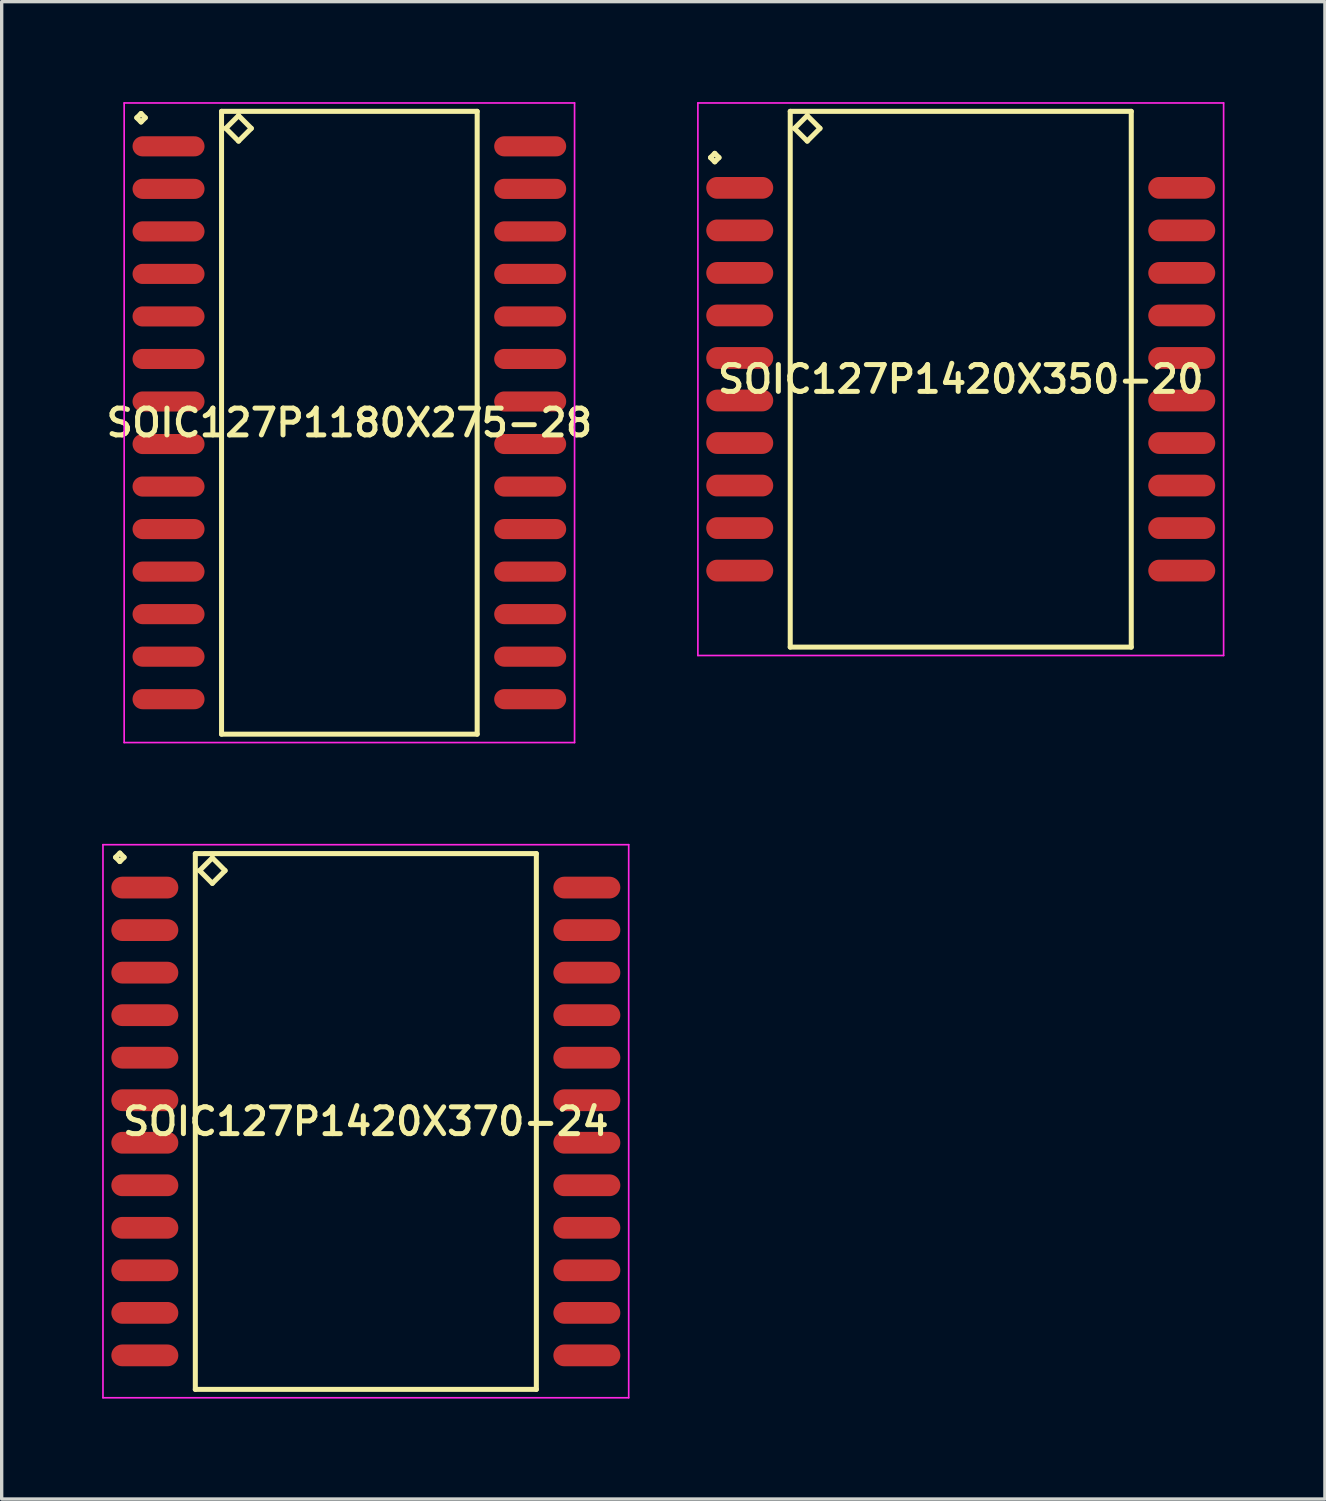
<source format=kicad_pcb>
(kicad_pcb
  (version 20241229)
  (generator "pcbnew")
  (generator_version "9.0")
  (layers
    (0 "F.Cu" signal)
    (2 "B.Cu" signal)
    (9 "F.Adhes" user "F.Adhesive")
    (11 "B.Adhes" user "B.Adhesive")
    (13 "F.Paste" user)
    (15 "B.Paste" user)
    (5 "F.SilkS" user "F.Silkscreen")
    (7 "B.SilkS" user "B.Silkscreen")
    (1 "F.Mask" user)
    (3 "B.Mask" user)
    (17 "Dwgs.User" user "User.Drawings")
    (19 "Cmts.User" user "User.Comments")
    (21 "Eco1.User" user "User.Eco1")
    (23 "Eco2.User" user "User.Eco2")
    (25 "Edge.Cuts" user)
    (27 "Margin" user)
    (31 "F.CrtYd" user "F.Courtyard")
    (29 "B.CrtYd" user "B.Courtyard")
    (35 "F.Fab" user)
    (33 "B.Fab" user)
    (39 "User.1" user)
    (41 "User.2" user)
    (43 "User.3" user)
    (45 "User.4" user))
  (footprint "SOIC127P1420X350-20"
    (layer "F.Cu")
    (at 25.641 8.275)
    (property "Reference" "SOIC127P1420X350-20" (at 0 0 0) (layer "F.SilkS") (effects (font (size 0.8 0.8) (thickness 0.15))))
    (attr smd)
    (fp_line (start -7.473 -6.619) (end -7.346 -6.746) (stroke (width 0.15) (type solid)) (layer "F.SilkS"))
    (fp_line (start -7.346 -6.746) (end -7.219 -6.619) (stroke (width 0.15) (type solid)) (layer "F.SilkS"))
    (fp_line (start -7.346 -6.492) (end -7.473 -6.619) (stroke (width 0.15) (type solid)) (layer "F.SilkS"))
    (fp_line (start -7.219 -6.619) (end -7.346 -6.492) (stroke (width 0.15) (type solid)) (layer "F.SilkS"))
    (fp_line (start -5.092 -8) (end -5.092 8) (stroke (width 0.15) (type solid)) (layer "F.SilkS"))
    (fp_line (start -5.092 8) (end 5.092 8) (stroke (width 0.15) (type solid)) (layer "F.SilkS"))
    (fp_line (start -4.965 -7.492) (end -4.584 -7.873) (stroke (width 0.15) (type solid)) (layer "F.SilkS"))
    (fp_line (start -4.584 -7.873) (end -4.203 -7.492) (stroke (width 0.15) (type solid)) (layer "F.SilkS"))
    (fp_line (start -4.584 -7.111) (end -4.965 -7.492) (stroke (width 0.15) (type solid)) (layer "F.SilkS"))
    (fp_line (start -4.203 -7.492) (end -4.584 -7.111) (stroke (width 0.15) (type solid)) (layer "F.SilkS"))
    (fp_line (start 5.092 -8) (end -5.092 -8) (stroke (width 0.15) (type solid)) (layer "F.SilkS"))
    (fp_line (start 5.092 8) (end 5.092 -8) (stroke (width 0.15) (type solid)) (layer "F.SilkS"))
    (fp_line (start -7.85 -8.25) (end 7.85 -8.25) (stroke (width 0.05) (type solid)) (layer "F.CrtYd"))
    (fp_line (start -7.85 8.25) (end -7.85 -8.25) (stroke (width 0.05) (type solid)) (layer "F.CrtYd"))
    (fp_line (start 7.85 -8.25) (end 7.85 8.25) (stroke (width 0.05) (type solid)) (layer "F.CrtYd"))
    (fp_line (start 7.85 8.25) (end -7.85 8.25) (stroke (width 0.05) (type solid)) (layer "F.CrtYd"))
    (pad "1" smd oval (at -6.6 -5.715) (size 2 0.65) (layers "F.Cu" "F.Mask" "F.Paste"))
    (pad "2" smd oval (at -6.6 -4.445) (size 2 0.65) (layers "F.Cu" "F.Mask" "F.Paste"))
    (pad "3" smd oval (at -6.6 -3.175) (size 2 0.65) (layers "F.Cu" "F.Mask" "F.Paste"))
    (pad "4" smd oval (at -6.6 -1.905) (size 2 0.65) (layers "F.Cu" "F.Mask" "F.Paste"))
    (pad "5" smd oval (at -6.6 -0.635) (size 2 0.65) (layers "F.Cu" "F.Mask" "F.Paste"))
    (pad "6" smd oval (at -6.6 0.635) (size 2 0.65) (layers "F.Cu" "F.Mask" "F.Paste"))
    (pad "7" smd oval (at -6.6 1.905) (size 2 0.65) (layers "F.Cu" "F.Mask" "F.Paste"))
    (pad "8" smd oval (at -6.6 3.175) (size 2 0.65) (layers "F.Cu" "F.Mask" "F.Paste"))
    (pad "9" smd oval (at -6.6 4.445) (size 2 0.65) (layers "F.Cu" "F.Mask" "F.Paste"))
    (pad "10" smd oval (at -6.6 5.715) (size 2 0.65) (layers "F.Cu" "F.Mask" "F.Paste"))
    (pad "11" smd oval (at 6.6 5.715) (size 2 0.65) (layers "F.Cu" "F.Mask" "F.Paste"))
    (pad "12" smd oval (at 6.6 4.445) (size 2 0.65) (layers "F.Cu" "F.Mask" "F.Paste"))
    (pad "13" smd oval (at 6.6 3.175) (size 2 0.65) (layers "F.Cu" "F.Mask" "F.Paste"))
    (pad "14" smd oval (at 6.6 1.905) (size 2 0.65) (layers "F.Cu" "F.Mask" "F.Paste"))
    (pad "15" smd oval (at 6.6 0.635) (size 2 0.65) (layers "F.Cu" "F.Mask" "F.Paste"))
    (pad "16" smd oval (at 6.6 -0.635) (size 2 0.65) (layers "F.Cu" "F.Mask" "F.Paste"))
    (pad "17" smd oval (at 6.6 -1.905) (size 2 0.65) (layers "F.Cu" "F.Mask" "F.Paste"))
    (pad "18" smd oval (at 6.6 -3.175) (size 2 0.65) (layers "F.Cu" "F.Mask" "F.Paste"))
    (pad "19" smd oval (at 6.6 -4.445) (size 2 0.65) (layers "F.Cu" "F.Mask" "F.Paste"))
    (pad "20" smd oval (at 6.6 -5.715) (size 2 0.65) (layers "F.Cu" "F.Mask" "F.Paste")))
  (footprint "SOIC127P1180X275-28"
    (layer "F.Cu")
    (at 7.383 9.575)
    (property "Reference" "SOIC127P1180X275-28" (at 0 0 0) (layer "F.SilkS") (effects (font (size 0.8 0.8) (thickness 0.15))))
    (attr smd)
    (fp_line (start -6.348 -9.109) (end -6.221 -9.236) (stroke (width 0.15) (type solid)) (layer "F.SilkS"))
    (fp_line (start -6.221 -9.236) (end -6.094 -9.109) (stroke (width 0.15) (type solid)) (layer "F.SilkS"))
    (fp_line (start -6.221 -8.982) (end -6.348 -9.109) (stroke (width 0.15) (type solid)) (layer "F.SilkS"))
    (fp_line (start -6.094 -9.109) (end -6.221 -8.982) (stroke (width 0.15) (type solid)) (layer "F.SilkS"))
    (fp_line (start -3.817 -9.3) (end -3.817 9.3) (stroke (width 0.15) (type solid)) (layer "F.SilkS"))
    (fp_line (start -3.817 9.3) (end 3.817 9.3) (stroke (width 0.15) (type solid)) (layer "F.SilkS"))
    (fp_line (start -3.69 -8.792) (end -3.309 -9.173) (stroke (width 0.15) (type solid)) (layer "F.SilkS"))
    (fp_line (start -3.309 -9.173) (end -2.928 -8.792) (stroke (width 0.15) (type solid)) (layer "F.SilkS"))
    (fp_line (start -3.309 -8.411) (end -3.69 -8.792) (stroke (width 0.15) (type solid)) (layer "F.SilkS"))
    (fp_line (start -2.928 -8.792) (end -3.309 -8.411) (stroke (width 0.15) (type solid)) (layer "F.SilkS"))
    (fp_line (start 3.817 -9.3) (end -3.817 -9.3) (stroke (width 0.15) (type solid)) (layer "F.SilkS"))
    (fp_line (start 3.817 9.3) (end 3.817 -9.3) (stroke (width 0.15) (type solid)) (layer "F.SilkS"))
    (fp_line (start -6.725 -9.55) (end 6.725 -9.55) (stroke (width 0.05) (type solid)) (layer "F.CrtYd"))
    (fp_line (start -6.725 9.55) (end -6.725 -9.55) (stroke (width 0.05) (type solid)) (layer "F.CrtYd"))
    (fp_line (start 6.725 -9.55) (end 6.725 9.55) (stroke (width 0.05) (type solid)) (layer "F.CrtYd"))
    (fp_line (start 6.725 9.55) (end -6.725 9.55) (stroke (width 0.05) (type solid)) (layer "F.CrtYd"))
    (pad "1" smd oval (at -5.4 -8.255) (size 2.15 0.6) (layers "F.Cu" "F.Mask" "F.Paste"))
    (pad "2" smd oval (at -5.4 -6.985) (size 2.15 0.6) (layers "F.Cu" "F.Mask" "F.Paste"))
    (pad "3" smd oval (at -5.4 -5.715) (size 2.15 0.6) (layers "F.Cu" "F.Mask" "F.Paste"))
    (pad "4" smd oval (at -5.4 -4.445) (size 2.15 0.6) (layers "F.Cu" "F.Mask" "F.Paste"))
    (pad "5" smd oval (at -5.4 -3.175) (size 2.15 0.6) (layers "F.Cu" "F.Mask" "F.Paste"))
    (pad "6" smd oval (at -5.4 -1.905) (size 2.15 0.6) (layers "F.Cu" "F.Mask" "F.Paste"))
    (pad "7" smd oval (at -5.4 -0.635) (size 2.15 0.6) (layers "F.Cu" "F.Mask" "F.Paste"))
    (pad "8" smd oval (at -5.4 0.635) (size 2.15 0.6) (layers "F.Cu" "F.Mask" "F.Paste"))
    (pad "9" smd oval (at -5.4 1.905) (size 2.15 0.6) (layers "F.Cu" "F.Mask" "F.Paste"))
    (pad "10" smd oval (at -5.4 3.175) (size 2.15 0.6) (layers "F.Cu" "F.Mask" "F.Paste"))
    (pad "11" smd oval (at -5.4 4.445) (size 2.15 0.6) (layers "F.Cu" "F.Mask" "F.Paste"))
    (pad "12" smd oval (at -5.4 5.715) (size 2.15 0.6) (layers "F.Cu" "F.Mask" "F.Paste"))
    (pad "13" smd oval (at -5.4 6.985) (size 2.15 0.6) (layers "F.Cu" "F.Mask" "F.Paste"))
    (pad "14" smd oval (at -5.4 8.255) (size 2.15 0.6) (layers "F.Cu" "F.Mask" "F.Paste"))
    (pad "15" smd oval (at 5.4 8.255) (size 2.15 0.6) (layers "F.Cu" "F.Mask" "F.Paste"))
    (pad "16" smd oval (at 5.4 6.985) (size 2.15 0.6) (layers "F.Cu" "F.Mask" "F.Paste"))
    (pad "17" smd oval (at 5.4 5.715) (size 2.15 0.6) (layers "F.Cu" "F.Mask" "F.Paste"))
    (pad "18" smd oval (at 5.4 4.445) (size 2.15 0.6) (layers "F.Cu" "F.Mask" "F.Paste"))
    (pad "19" smd oval (at 5.4 3.175) (size 2.15 0.6) (layers "F.Cu" "F.Mask" "F.Paste"))
    (pad "20" smd oval (at 5.4 1.905) (size 2.15 0.6) (layers "F.Cu" "F.Mask" "F.Paste"))
    (pad "21" smd oval (at 5.4 0.635) (size 2.15 0.6) (layers "F.Cu" "F.Mask" "F.Paste"))
    (pad "22" smd oval (at 5.4 -0.635) (size 2.15 0.6) (layers "F.Cu" "F.Mask" "F.Paste"))
    (pad "23" smd oval (at 5.4 -1.905) (size 2.15 0.6) (layers "F.Cu" "F.Mask" "F.Paste"))
    (pad "24" smd oval (at 5.4 -3.175) (size 2.15 0.6) (layers "F.Cu" "F.Mask" "F.Paste"))
    (pad "25" smd oval (at 5.4 -4.445) (size 2.15 0.6) (layers "F.Cu" "F.Mask" "F.Paste"))
    (pad "26" smd oval (at 5.4 -5.715) (size 2.15 0.6) (layers "F.Cu" "F.Mask" "F.Paste"))
    (pad "27" smd oval (at 5.4 -6.985) (size 2.15 0.6) (layers "F.Cu" "F.Mask" "F.Paste"))
    (pad "28" smd oval (at 5.4 -8.255) (size 2.15 0.6) (layers "F.Cu" "F.Mask" "F.Paste")))
  (footprint "SOIC127P1420X370-24"
    (layer "F.Cu")
    (at 7.875 30.441)
    (property "Reference" "SOIC127P1420X370-24" (at 0 0 0) (layer "F.SilkS") (effects (font (size 0.8 0.8) (thickness 0.15))))
    (attr smd)
    (fp_line (start -7.473 -7.889) (end -7.346 -8.016) (stroke (width 0.15) (type solid)) (layer "F.SilkS"))
    (fp_line (start -7.346 -8.016) (end -7.219 -7.889) (stroke (width 0.15) (type solid)) (layer "F.SilkS"))
    (fp_line (start -7.346 -7.762) (end -7.473 -7.889) (stroke (width 0.15) (type solid)) (layer "F.SilkS"))
    (fp_line (start -7.219 -7.889) (end -7.346 -7.762) (stroke (width 0.15) (type solid)) (layer "F.SilkS"))
    (fp_line (start -5.092 -8) (end -5.092 8) (stroke (width 0.15) (type solid)) (layer "F.SilkS"))
    (fp_line (start -5.092 8) (end 5.092 8) (stroke (width 0.15) (type solid)) (layer "F.SilkS"))
    (fp_line (start -4.965 -7.492) (end -4.584 -7.873) (stroke (width 0.15) (type solid)) (layer "F.SilkS"))
    (fp_line (start -4.584 -7.873) (end -4.203 -7.492) (stroke (width 0.15) (type solid)) (layer "F.SilkS"))
    (fp_line (start -4.584 -7.111) (end -4.965 -7.492) (stroke (width 0.15) (type solid)) (layer "F.SilkS"))
    (fp_line (start -4.203 -7.492) (end -4.584 -7.111) (stroke (width 0.15) (type solid)) (layer "F.SilkS"))
    (fp_line (start 5.092 -8) (end -5.092 -8) (stroke (width 0.15) (type solid)) (layer "F.SilkS"))
    (fp_line (start 5.092 8) (end 5.092 -8) (stroke (width 0.15) (type solid)) (layer "F.SilkS"))
    (fp_line (start -7.85 -8.266) (end 7.85 -8.266) (stroke (width 0.05) (type solid)) (layer "F.CrtYd"))
    (fp_line (start -7.85 8.25) (end -7.85 -8.266) (stroke (width 0.05) (type solid)) (layer "F.CrtYd"))
    (fp_line (start 7.85 -8.266) (end 7.85 8.25) (stroke (width 0.05) (type solid)) (layer "F.CrtYd"))
    (fp_line (start 7.85 8.25) (end -7.85 8.25) (stroke (width 0.05) (type solid)) (layer "F.CrtYd"))
    (pad "1" smd oval (at -6.6 -6.985) (size 2 0.65) (layers "F.Cu" "F.Mask" "F.Paste"))
    (pad "2" smd oval (at -6.6 -5.715) (size 2 0.65) (layers "F.Cu" "F.Mask" "F.Paste"))
    (pad "3" smd oval (at -6.6 -4.445) (size 2 0.65) (layers "F.Cu" "F.Mask" "F.Paste"))
    (pad "4" smd oval (at -6.6 -3.175) (size 2 0.65) (layers "F.Cu" "F.Mask" "F.Paste"))
    (pad "5" smd oval (at -6.6 -1.905) (size 2 0.65) (layers "F.Cu" "F.Mask" "F.Paste"))
    (pad "6" smd oval (at -6.6 -0.635) (size 2 0.65) (layers "F.Cu" "F.Mask" "F.Paste"))
    (pad "7" smd oval (at -6.6 0.635) (size 2 0.65) (layers "F.Cu" "F.Mask" "F.Paste"))
    (pad "8" smd oval (at -6.6 1.905) (size 2 0.65) (layers "F.Cu" "F.Mask" "F.Paste"))
    (pad "9" smd oval (at -6.6 3.175) (size 2 0.65) (layers "F.Cu" "F.Mask" "F.Paste"))
    (pad "10" smd oval (at -6.6 4.445) (size 2 0.65) (layers "F.Cu" "F.Mask" "F.Paste"))
    (pad "11" smd oval (at -6.6 5.715) (size 2 0.65) (layers "F.Cu" "F.Mask" "F.Paste"))
    (pad "12" smd oval (at -6.6 6.985) (size 2 0.65) (layers "F.Cu" "F.Mask" "F.Paste"))
    (pad "13" smd oval (at 6.6 6.985) (size 2 0.65) (layers "F.Cu" "F.Mask" "F.Paste"))
    (pad "14" smd oval (at 6.6 5.715) (size 2 0.65) (layers "F.Cu" "F.Mask" "F.Paste"))
    (pad "15" smd oval (at 6.6 4.445) (size 2 0.65) (layers "F.Cu" "F.Mask" "F.Paste"))
    (pad "16" smd oval (at 6.6 3.175) (size 2 0.65) (layers "F.Cu" "F.Mask" "F.Paste"))
    (pad "17" smd oval (at 6.6 1.905) (size 2 0.65) (layers "F.Cu" "F.Mask" "F.Paste"))
    (pad "18" smd oval (at 6.6 0.635) (size 2 0.65) (layers "F.Cu" "F.Mask" "F.Paste"))
    (pad "19" smd oval (at 6.6 -0.635) (size 2 0.65) (layers "F.Cu" "F.Mask" "F.Paste"))
    (pad "20" smd oval (at 6.6 -1.905) (size 2 0.65) (layers "F.Cu" "F.Mask" "F.Paste"))
    (pad "21" smd oval (at 6.6 -3.175) (size 2 0.65) (layers "F.Cu" "F.Mask" "F.Paste"))
    (pad "22" smd oval (at 6.6 -4.445) (size 2 0.65) (layers "F.Cu" "F.Mask" "F.Paste"))
    (pad "23" smd oval (at 6.6 -5.715) (size 2 0.65) (layers "F.Cu" "F.Mask" "F.Paste"))
    (pad "24" smd oval (at 6.6 -6.985) (size 2 0.65) (layers "F.Cu" "F.Mask" "F.Paste")))
  (gr_rect
    (start -3 -3)
    (end 36.516 41.716)
    (stroke (width 0.1) (type default))
    (fill no)
    (layer "Edge.Cuts")))
</source>
